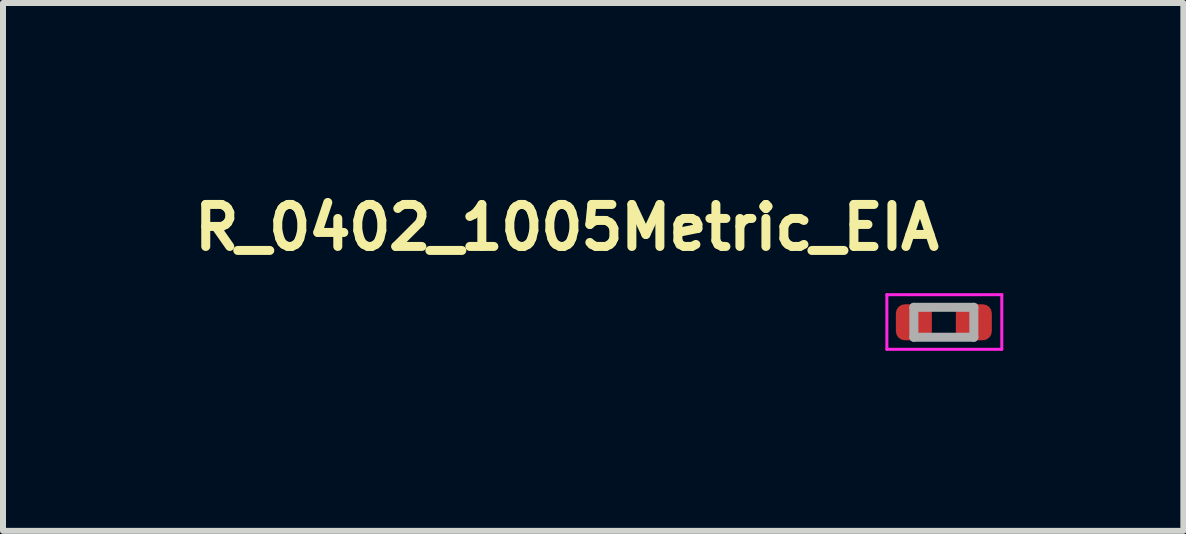
<source format=kicad_pcb>
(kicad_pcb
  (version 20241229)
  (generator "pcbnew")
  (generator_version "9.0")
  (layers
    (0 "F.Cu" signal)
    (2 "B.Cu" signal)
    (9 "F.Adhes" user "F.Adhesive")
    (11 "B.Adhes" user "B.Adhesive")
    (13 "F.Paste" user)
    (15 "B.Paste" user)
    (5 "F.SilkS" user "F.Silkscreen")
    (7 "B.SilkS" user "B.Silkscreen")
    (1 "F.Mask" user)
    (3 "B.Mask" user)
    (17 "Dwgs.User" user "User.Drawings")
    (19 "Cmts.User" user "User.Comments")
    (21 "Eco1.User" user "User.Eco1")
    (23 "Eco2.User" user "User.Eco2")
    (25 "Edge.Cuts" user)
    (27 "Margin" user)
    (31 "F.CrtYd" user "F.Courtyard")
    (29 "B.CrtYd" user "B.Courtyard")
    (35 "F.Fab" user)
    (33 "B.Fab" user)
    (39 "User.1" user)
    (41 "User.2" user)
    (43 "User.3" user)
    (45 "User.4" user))
  (footprint "R_0402_1005Metric_EIA"
    (layer "F.Cu")
    (at 12.677 2.32)
    (property "Reference" "R_0402_1005Metric_EIA" (at 0 -1.17 0) (layer "F.SilkS") (effects (font (size 0.7 0.7) (thickness 0.15)) (justify right bottom)))
    (attr smd)
    (fp_line (start -0.95 -0.46) (end 0.965 -0.46) (stroke (width 0.05) (type solid)) (layer "F.CrtYd"))
    (fp_line (start -0.95 0.45) (end -0.95 -0.46) (stroke (width 0.05) (type solid)) (layer "F.CrtYd"))
    (fp_line (start 0.965 -0.46) (end 0.965 0.45) (stroke (width 0.05) (type solid)) (layer "F.CrtYd"))
    (fp_line (start 0.965 0.45) (end -0.95 0.45) (stroke (width 0.05) (type solid)) (layer "F.CrtYd"))
    (fp_line (start -0.5 -0.25) (end 0.499 -0.25) (stroke (width 0.15) (type solid)) (layer "F.Fab"))
    (fp_line (start -0.5 0.249) (end -0.5 -0.25) (stroke (width 0.15) (type solid)) (layer "F.Fab"))
    (fp_line (start 0.499 -0.25) (end 0.499 0.249) (stroke (width 0.15) (type solid)) (layer "F.Fab"))
    (fp_line (start 0.499 0.249) (end -0.5 0.249) (stroke (width 0.15) (type solid)) (layer "F.Fab"))
    (fp_rect (start -0.5 -0.25) (end 0.5 0.25) (stroke (width 0.15) (type solid)) (fill no) (layer "User.5"))
    (fp_line (start -0.5 0.25) (end -0.5 -0.25) (stroke (width 0.01) (type solid)) (layer "User.9"))
    (fp_line (start -0.25 -0.25) (end -0.5 -0.25) (stroke (width 0.01) (type solid)) (layer "User.9"))
    (fp_line (start -0.25 0.25) (end -0.5 0.25) (stroke (width 0.01) (type solid)) (layer "User.9"))
    (fp_line (start -0.25 0.25) (end -0.25 -0.25) (stroke (width 0.01) (type solid)) (layer "User.9"))
    (fp_line (start 0.25 -0.25) (end 0.25 0.25) (stroke (width 0.01) (type solid)) (layer "User.9"))
    (fp_line (start 0.25 -0.23) (end -0.25 -0.23) (stroke (width 0.01) (type solid)) (layer "User.9"))
    (fp_line (start 0.25 0.23) (end -0.25 0.23) (stroke (width 0.01) (type solid)) (layer "User.9"))
    (fp_line (start 0.25 0.25) (end 0.5 0.25) (stroke (width 0.01) (type solid)) (layer "User.9"))
    (fp_line (start 0.5 -0.25) (end 0.25 -0.25) (stroke (width 0.01) (type solid)) (layer "User.9"))
    (fp_line (start 0.5 0.25) (end 0.5 -0.25) (stroke (width 0.01) (type solid)) (layer "User.9"))
    (pad "1" smd roundrect (at -0.5 0 270) (size 0.6 0.6) (layers "F.Cu" "F.Mask" "F.Paste") (roundrect_rratio 0.25))
    (pad "2" smd roundrect (at 0.499 0 180) (size 0.6 0.6) (layers "F.Cu" "F.Mask" "F.Paste") (roundrect_rratio 0.25)))
  (gr_rect
    (start -3 -3)
    (end 16.667 5.795)
    (stroke (width 0.1) (type default))
    (fill no)
    (layer "Edge.Cuts")))
</source>
